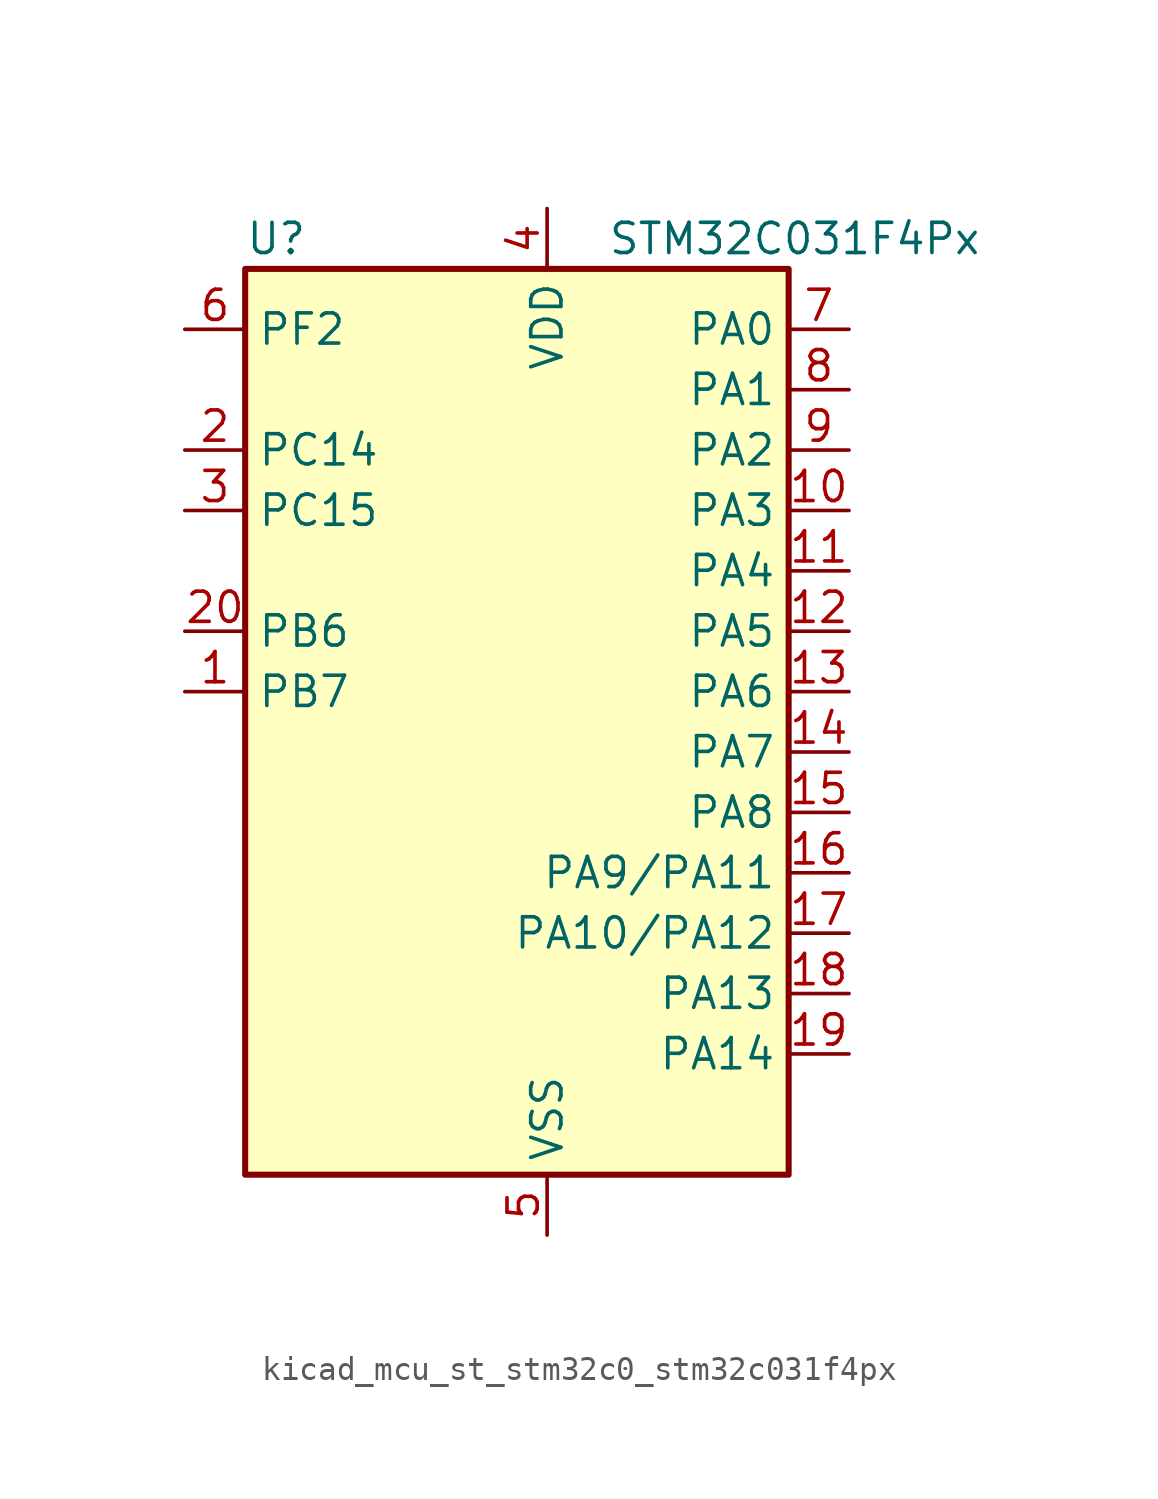
<source format=kicad_sym>
(kicad_symbol_lib
  (version 20220914)
  (generator kicad_symbol_editor)
  (symbol "kicad_mcu_st_stm32c0_stm32c031f4px"
    (property "Reference" "U"
      (at -10.16 21.59 0)
      (effects (font (size 1.27 1.27)) (justify left)))
    (property "Value" "STM32C031F4Px"
      (at 5.08 21.59 0)
      (effects (font (size 1.27 1.27)) (justify left)))
    (property "ki_locked" ""
      (at 0 0 0)
      (effects (font (size 1.27 1.27))))
    (symbol "kicad_mcu_st_stm32c0_stm32c031f4px_0_1"
      (rectangle (start -10.16 -17.78) (end 12.7 20.32) (stroke (width 0.254) (type default)) (fill (type background))))
    (symbol "kicad_mcu_st_stm32c0_stm32c031f4px_1_1"
      (pin bidirectional line (at -12.7 2.54 0) (length 2.54) (name "PB7" (effects (font (size 1.27 1.27)))) (number "1" (effects (font (size 1.27 1.27)))) (alternate "I2C1_SCL" bidirectional line) (alternate "I2C1_SDA" bidirectional line) (alternate "RTC_REFIN" bidirectional line) (alternate "TIM16_CH1" bidirectional line) (alternate "TIM17_CH1N" bidirectional line) (alternate "TIM1_CH4" bidirectional line) (alternate "TIM3_CH1" bidirectional line) (alternate "TIM3_CH4" bidirectional line) (alternate "USART1_RX" bidirectional line) (alternate "USART2_CTS" bidirectional line) (alternate "USART2_NSS" bidirectional line))
      (pin bidirectional line (at 15.24 10.16 180) (length 2.54) (name "PA3" (effects (font (size 1.27 1.27)))) (number "10" (effects (font (size 1.27 1.27)))) (alternate "ADC1_IN3" bidirectional line) (alternate "TIM1_CH1N" bidirectional line) (alternate "TIM1_CH4" bidirectional line) (alternate "USART2_RX" bidirectional line))
      (pin bidirectional line (at 15.24 7.62 180) (length 2.54) (name "PA4" (effects (font (size 1.27 1.27)))) (number "11" (effects (font (size 1.27 1.27)))) (alternate "ADC1_IN4" bidirectional line) (alternate "I2S1_WS" bidirectional line) (alternate "PWR_WKUP2" bidirectional line) (alternate "RTC_OUT1" bidirectional line) (alternate "RTC_TS" bidirectional line) (alternate "SPI1_NSS" bidirectional line) (alternate "TIM14_CH1" bidirectional line) (alternate "TIM17_CH1N" bidirectional line) (alternate "TIM1_CH2N" bidirectional line) (alternate "USART2_TX" bidirectional line))
      (pin bidirectional line (at 15.24 5.08 180) (length 2.54) (name "PA5" (effects (font (size 1.27 1.27)))) (number "12" (effects (font (size 1.27 1.27)))) (alternate "ADC1_IN5" bidirectional line) (alternate "I2S1_CK" bidirectional line) (alternate "SPI1_SCK" bidirectional line) (alternate "TIM1_CH1" bidirectional line) (alternate "TIM1_CH3N" bidirectional line) (alternate "USART2_RX" bidirectional line))
      (pin bidirectional line (at 15.24 2.54 180) (length 2.54) (name "PA6" (effects (font (size 1.27 1.27)))) (number "13" (effects (font (size 1.27 1.27)))) (alternate "ADC1_IN6" bidirectional line) (alternate "I2S1_MCK" bidirectional line) (alternate "SPI1_MISO" bidirectional line) (alternate "TIM16_CH1" bidirectional line) (alternate "TIM1_BKIN" bidirectional line) (alternate "TIM3_CH1" bidirectional line))
      (pin bidirectional line (at 15.24 0 180) (length 2.54) (name "PA7" (effects (font (size 1.27 1.27)))) (number "14" (effects (font (size 1.27 1.27)))) (alternate "ADC1_IN7" bidirectional line) (alternate "I2S1_SD" bidirectional line) (alternate "SPI1_MOSI" bidirectional line) (alternate "TIM14_CH1" bidirectional line) (alternate "TIM17_CH1" bidirectional line) (alternate "TIM1_CH1N" bidirectional line) (alternate "TIM3_CH2" bidirectional line))
      (pin bidirectional line (at 15.24 -2.54 180) (length 2.54) (name "PA8" (effects (font (size 1.27 1.27)))) (number "15" (effects (font (size 1.27 1.27)))) (alternate "ADC1_IN8" bidirectional line) (alternate "I2S1_WS" bidirectional line) (alternate "RCC_MCO" bidirectional line) (alternate "RCC_MCO_2" bidirectional line) (alternate "SPI1_NSS" bidirectional line) (alternate "TIM14_CH1" bidirectional line) (alternate "TIM1_CH1" bidirectional line) (alternate "TIM1_CH2N" bidirectional line) (alternate "TIM1_CH3N" bidirectional line) (alternate "TIM3_CH3" bidirectional line) (alternate "TIM3_CH4" bidirectional line) (alternate "USART1_RX" bidirectional line) (alternate "USART2_TX" bidirectional line))
      (pin bidirectional line (at 15.24 -5.08 180) (length 2.54) (name "PA9/PA11" (effects (font (size 1.27 1.27)))) (number "16" (effects (font (size 1.27 1.27)))) (alternate "I2C1_SCL" bidirectional line) (alternate "RCC_MCO" bidirectional line) (alternate "TIM1_CH2" bidirectional line) (alternate "TIM3_ETR" bidirectional line) (alternate "USART1_TX" bidirectional line))
      (pin bidirectional line (at 15.24 -7.62 180) (length 2.54) (name "PA10/PA12" (effects (font (size 1.27 1.27)))) (number "17" (effects (font (size 1.27 1.27)))) (alternate "I2C1_SDA" bidirectional line) (alternate "RCC_MCO_2" bidirectional line) (alternate "TIM17_BKIN" bidirectional line) (alternate "TIM1_CH3" bidirectional line) (alternate "USART1_RX" bidirectional line))
      (pin bidirectional line (at 15.24 -10.16 180) (length 2.54) (name "PA13" (effects (font (size 1.27 1.27)))) (number "18" (effects (font (size 1.27 1.27)))) (alternate "ADC1_IN13" bidirectional line) (alternate "DEBUG_SWDIO" bidirectional line) (alternate "IR_OUT" bidirectional line) (alternate "TIM3_ETR" bidirectional line) (alternate "USART2_RX" bidirectional line))
      (pin bidirectional line (at 15.24 -12.7 180) (length 2.54) (name "PA14" (effects (font (size 1.27 1.27)))) (number "19" (effects (font (size 1.27 1.27)))) (alternate "ADC1_IN14" bidirectional line) (alternate "DEBUG_SWCLK" bidirectional line) (alternate "I2S1_WS" bidirectional line) (alternate "RCC_MCO_2" bidirectional line) (alternate "SPI1_NSS" bidirectional line) (alternate "TIM1_CH1" bidirectional line) (alternate "USART1_CK" bidirectional line) (alternate "USART1_DE" bidirectional line) (alternate "USART1_RTS" bidirectional line) (alternate "USART2_RX" bidirectional line) (alternate "USART2_TX" bidirectional line))
      (pin bidirectional line (at -12.7 12.7 0) (length 2.54) (name "PC14" (effects (font (size 1.27 1.27)))) (number "2" (effects (font (size 1.27 1.27)))) (alternate "I2C1_SDA" bidirectional line) (alternate "IR_OUT" bidirectional line) (alternate "RCC_OSCX_IN" bidirectional line) (alternate "TIM17_CH1" bidirectional line) (alternate "TIM1_BKIN2" bidirectional line) (alternate "TIM1_ETR" bidirectional line) (alternate "TIM3_CH2" bidirectional line) (alternate "USART1_TX" bidirectional line) (alternate "USART2_CK" bidirectional line) (alternate "USART2_DE" bidirectional line) (alternate "USART2_RTS" bidirectional line))
      (pin bidirectional line (at -12.7 5.08 0) (length 2.54) (name "PB6" (effects (font (size 1.27 1.27)))) (number "20" (effects (font (size 1.27 1.27)))) (alternate "I2C1_SCL" bidirectional line) (alternate "I2C1_SMBA" bidirectional line) (alternate "I2S1_CK" bidirectional line) (alternate "I2S1_MCK" bidirectional line) (alternate "I2S1_SD" bidirectional line) (alternate "PWR_WKUP3" bidirectional line) (alternate "SPI1_MISO" bidirectional line) (alternate "SPI1_MOSI" bidirectional line) (alternate "SPI1_SCK" bidirectional line) (alternate "TIM16_BKIN" bidirectional line) (alternate "TIM16_CH1N" bidirectional line) (alternate "TIM17_BKIN" bidirectional line) (alternate "TIM1_CH2" bidirectional line) (alternate "TIM1_CH3" bidirectional line) (alternate "TIM3_CH1" bidirectional line) (alternate "TIM3_CH2" bidirectional line) (alternate "TIM3_CH3" bidirectional line) (alternate "USART1_CK" bidirectional line) (alternate "USART1_CTS" bidirectional line) (alternate "USART1_DE" bidirectional line) (alternate "USART1_NSS" bidirectional line) (alternate "USART1_RTS" bidirectional line) (alternate "USART1_TX" bidirectional line))
      (pin bidirectional line (at -12.7 10.16 0) (length 2.54) (name "PC15" (effects (font (size 1.27 1.27)))) (number "3" (effects (font (size 1.27 1.27)))) (alternate "RCC_OSC32_EN" bidirectional line) (alternate "RCC_OSCX_OUT" bidirectional line) (alternate "RCC_OSC_EN" bidirectional line) (alternate "TIM1_ETR" bidirectional line) (alternate "TIM3_CH3" bidirectional line))
      (pin power_in line (at 2.54 22.86 270) (length 2.54) (name "VDD" (effects (font (size 1.27 1.27)))) (number "4" (effects (font (size 1.27 1.27)))))
      (pin power_in line (at 2.54 -20.32 90) (length 2.54) (name "VSS" (effects (font (size 1.27 1.27)))) (number "5" (effects (font (size 1.27 1.27)))))
      (pin bidirectional line (at -12.7 17.78 0) (length 2.54) (name "PF2" (effects (font (size 1.27 1.27)))) (number "6" (effects (font (size 1.27 1.27)))) (alternate "RCC_MCO" bidirectional line) (alternate "TIM1_CH4" bidirectional line))
      (pin bidirectional line (at 15.24 17.78 180) (length 2.54) (name "PA0" (effects (font (size 1.27 1.27)))) (number "7" (effects (font (size 1.27 1.27)))) (alternate "ADC1_IN0" bidirectional line) (alternate "PWR_WKUP1" bidirectional line) (alternate "TIM16_CH1" bidirectional line) (alternate "TIM1_CH1" bidirectional line) (alternate "USART1_TX" bidirectional line) (alternate "USART2_CTS" bidirectional line) (alternate "USART2_NSS" bidirectional line))
      (pin bidirectional line (at 15.24 15.24 180) (length 2.54) (name "PA1" (effects (font (size 1.27 1.27)))) (number "8" (effects (font (size 1.27 1.27)))) (alternate "ADC1_IN1" bidirectional line) (alternate "I2C1_SMBA" bidirectional line) (alternate "I2S1_CK" bidirectional line) (alternate "SPI1_SCK" bidirectional line) (alternate "TIM17_CH1" bidirectional line) (alternate "TIM1_CH2" bidirectional line) (alternate "USART1_RX" bidirectional line) (alternate "USART2_CK" bidirectional line) (alternate "USART2_DE" bidirectional line) (alternate "USART2_RTS" bidirectional line))
      (pin bidirectional line (at 15.24 12.7 180) (length 2.54) (name "PA2" (effects (font (size 1.27 1.27)))) (number "9" (effects (font (size 1.27 1.27)))) (alternate "ADC1_IN2" bidirectional line) (alternate "I2S1_SD" bidirectional line) (alternate "PWR_WKUP4" bidirectional line) (alternate "RCC_LSCO" bidirectional line) (alternate "SPI1_MOSI" bidirectional line) (alternate "TIM16_CH1N" bidirectional line) (alternate "TIM1_CH3" bidirectional line) (alternate "TIM3_ETR" bidirectional line) (alternate "USART2_TX" bidirectional line)))))
</source>
